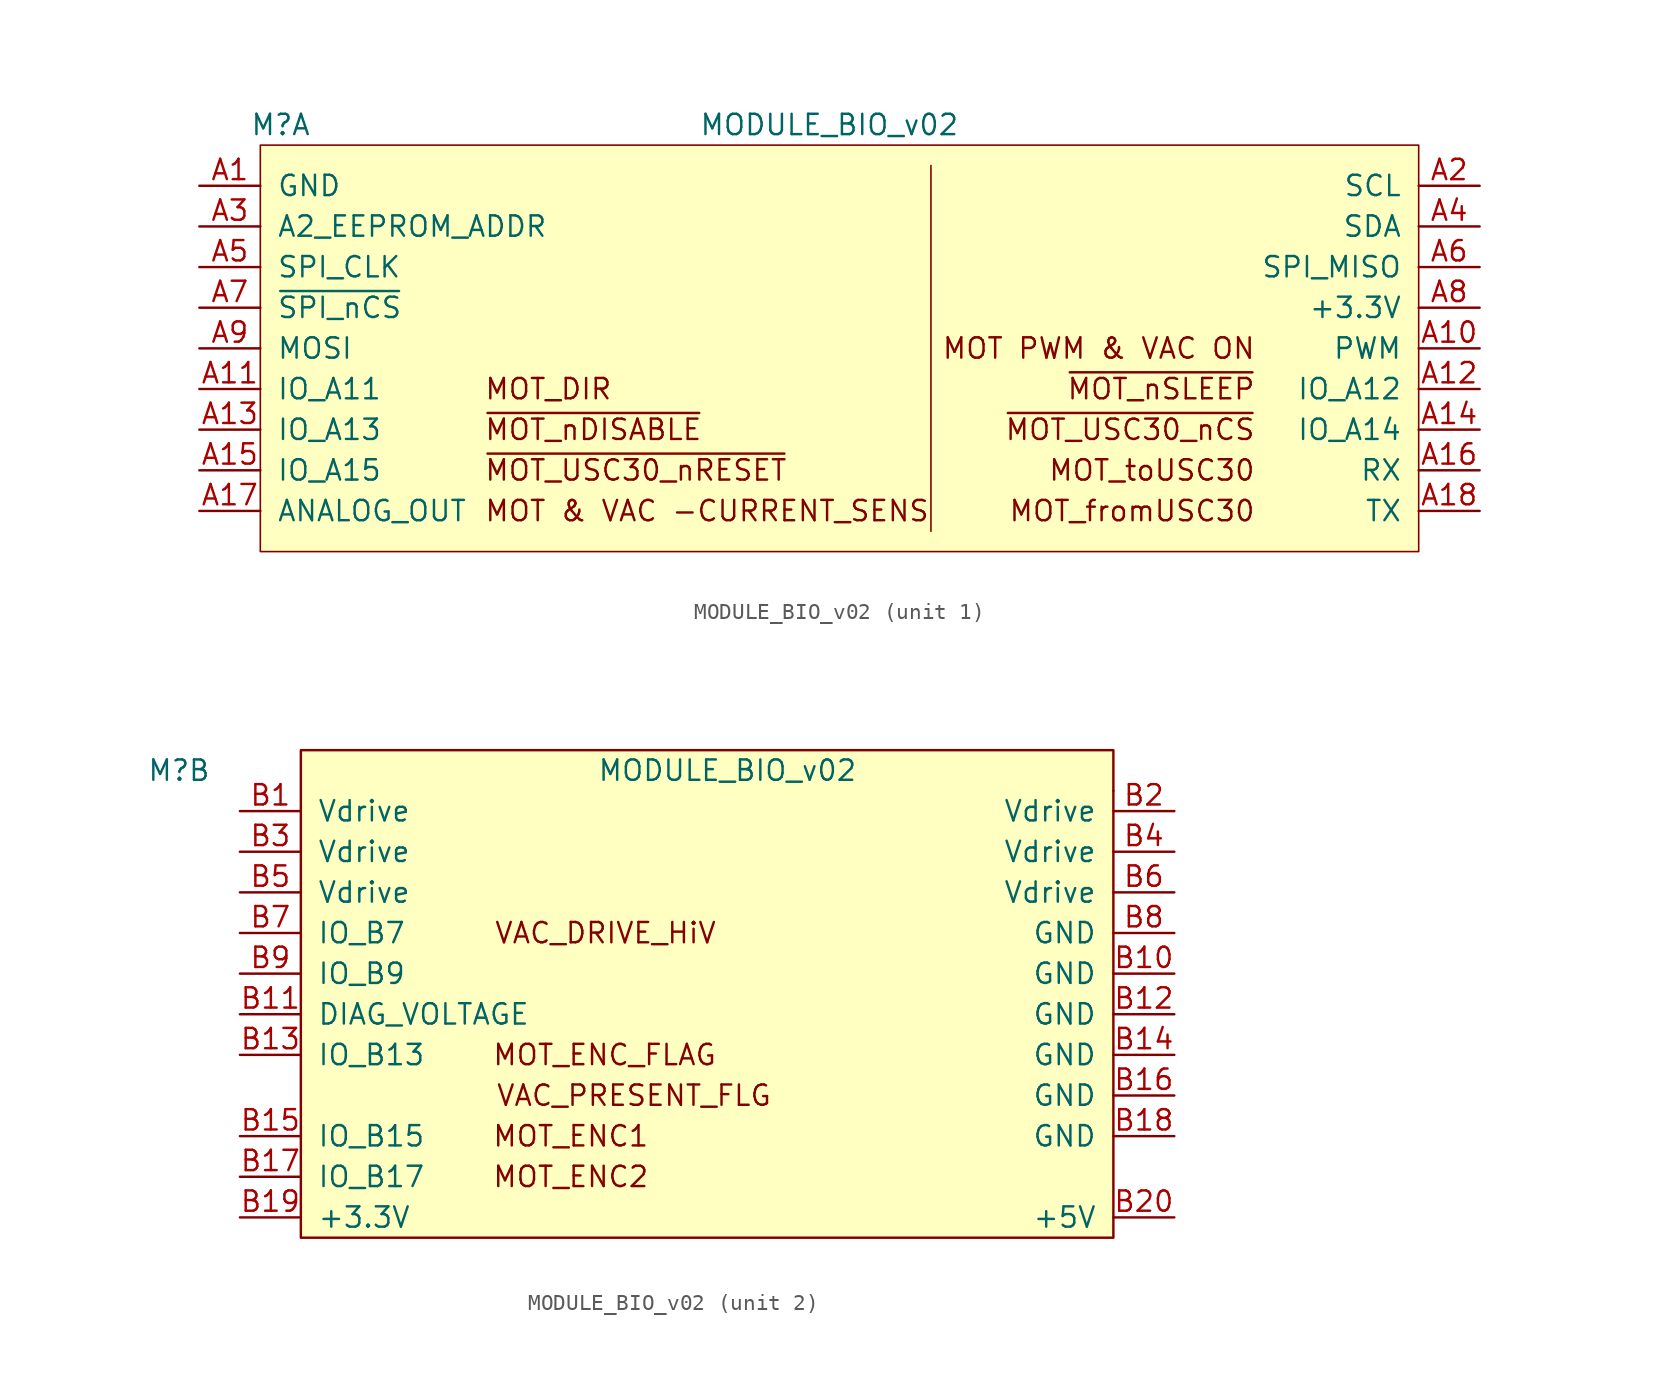
<source format=kicad_sym>
(kicad_symbol_lib
  (version 20211014)
  (generator kicad_symbol_editor)
  (symbol "MODULE_BIO_v02"
    (pin_names
      (offset 1.016))
    (property "Reference" "M"
      (at -33.02 13.97 0)
      (effects (font (size 1.27 1.27))))
    (property "Value" "MODULE_BIO_v02"
      (at 1.27 13.97 0)
      (effects (font (size 1.27 1.27))))
    (symbol "MODULE_BIO_v02_1_1"
      (rectangle (start -34.29 12.7) (end 38.1 -12.7) (stroke (width 0.1) (type default) (color 0 0 0 0)) (fill (type background)))
      (polyline (pts (xy 7.62 -11.43) (xy 7.62 11.43)) (stroke (width 0.1) (type default) (color 0 0 0 0)) (fill (type none)))
      (text "MOT & VAC -CURRENT_SENS" (at -20.32 -10.16 0) (effects (font (size 1.27 1.27)) (justify left)))
      (text "MOT PWM & VAC ON" (at 27.94 0 0) (effects (font (size 1.27 1.27)) (justify right)))
      (text "MOT_DIR" (at -20.32 -2.54 0) (effects (font (size 1.27 1.27)) (justify left)))
      (text "MOT_fromUSC30" (at 27.94 -10.16 0) (effects (font (size 1.27 1.27)) (justify right)))
      (text "MOT_toUSC30" (at 27.94 -7.62 0) (effects (font (size 1.27 1.27)) (justify right)))
      (text "~{MOT_nDISABLE}" (at -20.32 -5.08 0) (effects (font (size 1.27 1.27)) (justify left)))
      (text "~{MOT_nSLEEP}" (at 27.94 -2.54 0) (effects (font (size 1.27 1.27)) (justify right)))
      (text "~{MOT_USC30_nCS}" (at 27.94 -5.08 0) (effects (font (size 1.27 1.27)) (justify right)))
      (text "~{MOT_USC30_nRESET}" (at -20.32 -7.62 0) (effects (font (size 1.27 1.27)) (justify left)))
      (pin power_in line (at -38.1 10.16 0) (length 3.81) (name "GND" (effects (font (size 1.27 1.27)))) (number "A1" (effects (font (size 1.27 1.27)))))
      (pin passive line (at 41.91 0 180) (length 3.81) (name "PWM" (effects (font (size 1.27 1.27)))) (number "A10" (effects (font (size 1.27 1.27)))))
      (pin passive line (at -38.1 -2.54 0) (length 3.81) (name "IO_A11" (effects (font (size 1.27 1.27)))) (number "A11" (effects (font (size 1.27 1.27)))))
      (pin passive line (at 41.91 -2.54 180) (length 3.81) (name "IO_A12" (effects (font (size 1.27 1.27)))) (number "A12" (effects (font (size 1.27 1.27)))))
      (pin passive line (at -38.1 -5.08 0) (length 3.81) (name "IO_A13" (effects (font (size 1.27 1.27)))) (number "A13" (effects (font (size 1.27 1.27)))))
      (pin passive line (at 41.91 -5.08 180) (length 3.81) (name "IO_A14" (effects (font (size 1.27 1.27)))) (number "A14" (effects (font (size 1.27 1.27)))))
      (pin passive line (at -38.1 -7.62 0) (length 3.81) (name "IO_A15" (effects (font (size 1.27 1.27)))) (number "A15" (effects (font (size 1.27 1.27)))))
      (pin passive line (at 41.91 -7.62 180) (length 3.81) (name "RX" (effects (font (size 1.27 1.27)))) (number "A16" (effects (font (size 1.27 1.27)))))
      (pin passive line (at -38.1 -10.16 0) (length 3.81) (name "ANALOG_OUT" (effects (font (size 1.27 1.27)))) (number "A17" (effects (font (size 1.27 1.27)))))
      (pin passive line (at 41.91 -10.16 180) (length 3.81) (name "TX" (effects (font (size 1.27 1.27)))) (number "A18" (effects (font (size 1.27 1.27)))))
      (pin passive line (at 41.91 10.16 180) (length 3.81) (name "SCL" (effects (font (size 1.27 1.27)))) (number "A2" (effects (font (size 1.27 1.27)))))
      (pin passive line (at -38.1 7.62 0) (length 3.81) (name "A2_EEPROM_ADDR" (effects (font (size 1.27 1.27)))) (number "A3" (effects (font (size 1.27 1.27)))))
      (pin passive line (at 41.91 7.62 180) (length 3.81) (name "SDA" (effects (font (size 1.27 1.27)))) (number "A4" (effects (font (size 1.27 1.27)))))
      (pin passive line (at -38.1 5.08 0) (length 3.81) (name "SPI_CLK" (effects (font (size 1.27 1.27)))) (number "A5" (effects (font (size 1.27 1.27)))))
      (pin passive line (at 41.91 5.08 180) (length 3.81) (name "SPI_MISO" (effects (font (size 1.27 1.27)))) (number "A6" (effects (font (size 1.27 1.27)))))
      (pin passive line (at -38.1 2.54 0) (length 3.81) (name "~{SPI_nCS}" (effects (font (size 1.27 1.27)))) (number "A7" (effects (font (size 1.27 1.27)))))
      (pin power_in line (at 41.91 2.54 180) (length 3.81) (name "+3.3V" (effects (font (size 1.27 1.27)))) (number "A8" (effects (font (size 1.27 1.27)))))
      (pin passive line (at -38.1 0 0) (length 3.81) (name "MOSI" (effects (font (size 1.27 1.27)))) (number "A9" (effects (font (size 1.27 1.27))))))
    (symbol "MODULE_BIO_v02_2_1"
      (rectangle (start -25.4 15.24) (end 25.4 -15.24) (stroke (width 0.152) (type default) (color 0 0 0 0)) (fill (type background)))
      (rectangle (start 25.4 12.7) (end 25.4 12.7) (stroke (width 0.152) (type default) (color 0 0 0 0)) (fill (type none)))
      (text "MOT_ENC1" (at -13.462 -8.89 0) (effects (font (size 1.27 1.27)) (justify left)))
      (text "MOT_ENC2" (at -13.462 -11.43 0) (effects (font (size 1.27 1.27)) (justify left)))
      (text "MOT_ENC_FLAG" (at -13.462 -3.81 0) (effects (font (size 1.27 1.27)) (justify left)))
      (text "VAC_DRIVE_HiV" (at -6.35 3.81 0) (effects (font (size 1.27 1.27))))
      (text "VAC_PRESENT_FLG" (at -4.572 -6.35 0) (effects (font (size 1.27 1.27))))
      (pin power_in line (at -29.21 11.43 0) (length 3.81) (name "Vdrive" (effects (font (size 1.27 1.27)))) (number "B1" (effects (font (size 1.27 1.27)))))
      (pin passive line (at 29.21 1.27 180) (length 3.81) (name "GND" (effects (font (size 1.27 1.27)))) (number "B10" (effects (font (size 1.27 1.27)))))
      (pin output line (at -29.21 -1.27 0) (length 3.81) (name "DIAG_VOLTAGE" (effects (font (size 1.27 1.27)))) (number "B11" (effects (font (size 1.27 1.27)))))
      (pin passive line (at 29.21 -1.27 180) (length 3.81) (name "GND" (effects (font (size 1.27 1.27)))) (number "B12" (effects (font (size 1.27 1.27)))))
      (pin bidirectional line (at -29.21 -3.81 0) (length 3.81) (name "IO_B13" (effects (font (size 1.27 1.27)))) (number "B13" (effects (font (size 1.27 1.27)))))
      (pin passive line (at 29.21 -3.81 180) (length 3.81) (name "GND" (effects (font (size 1.27 1.27)))) (number "B14" (effects (font (size 1.27 1.27)))))
      (pin bidirectional line (at -29.21 -8.89 0) (length 3.81) (name "IO_B15" (effects (font (size 1.27 1.27)))) (number "B15" (effects (font (size 1.27 1.27)))))
      (pin passive line (at 29.21 -6.35 180) (length 3.81) (name "GND" (effects (font (size 1.27 1.27)))) (number "B16" (effects (font (size 1.27 1.27)))))
      (pin bidirectional line (at -29.21 -11.43 0) (length 3.81) (name "IO_B17" (effects (font (size 1.27 1.27)))) (number "B17" (effects (font (size 1.27 1.27)))))
      (pin passive line (at 29.21 -8.89 180) (length 3.81) (name "GND" (effects (font (size 1.27 1.27)))) (number "B18" (effects (font (size 1.27 1.27)))))
      (pin power_in line (at -29.21 -13.97 0) (length 3.81) (name "+3.3V" (effects (font (size 1.27 1.27)))) (number "B19" (effects (font (size 1.27 1.27)))))
      (pin power_in line (at 29.21 11.43 180) (length 3.81) (name "Vdrive" (effects (font (size 1.27 1.27)))) (number "B2" (effects (font (size 1.27 1.27)))))
      (pin power_in line (at 29.21 -13.97 180) (length 3.81) (name "+5V" (effects (font (size 1.27 1.27)))) (number "B20" (effects (font (size 1.27 1.27)))))
      (pin power_in line (at -29.21 8.89 0) (length 3.81) (name "Vdrive" (effects (font (size 1.27 1.27)))) (number "B3" (effects (font (size 1.27 1.27)))))
      (pin power_in line (at 29.21 8.89 180) (length 3.81) (name "Vdrive" (effects (font (size 1.27 1.27)))) (number "B4" (effects (font (size 1.27 1.27)))))
      (pin power_in line (at -29.21 6.35 0) (length 3.81) (name "Vdrive" (effects (font (size 1.27 1.27)))) (number "B5" (effects (font (size 1.27 1.27)))))
      (pin power_in line (at 29.21 6.35 180) (length 3.81) (name "Vdrive" (effects (font (size 1.27 1.27)))) (number "B6" (effects (font (size 1.27 1.27)))))
      (pin bidirectional line (at -29.21 3.81 0) (length 3.81) (name "IO_B7" (effects (font (size 1.27 1.27)))) (number "B7" (effects (font (size 1.27 1.27)))))
      (pin power_in line (at 29.21 3.81 180) (length 3.81) (name "GND" (effects (font (size 1.27 1.27)))) (number "B8" (effects (font (size 1.27 1.27)))))
      (pin bidirectional line (at -29.21 1.27 0) (length 3.81) (name "IO_B9" (effects (font (size 1.27 1.27)))) (number "B9" (effects (font (size 1.27 1.27))))))))
</source>
